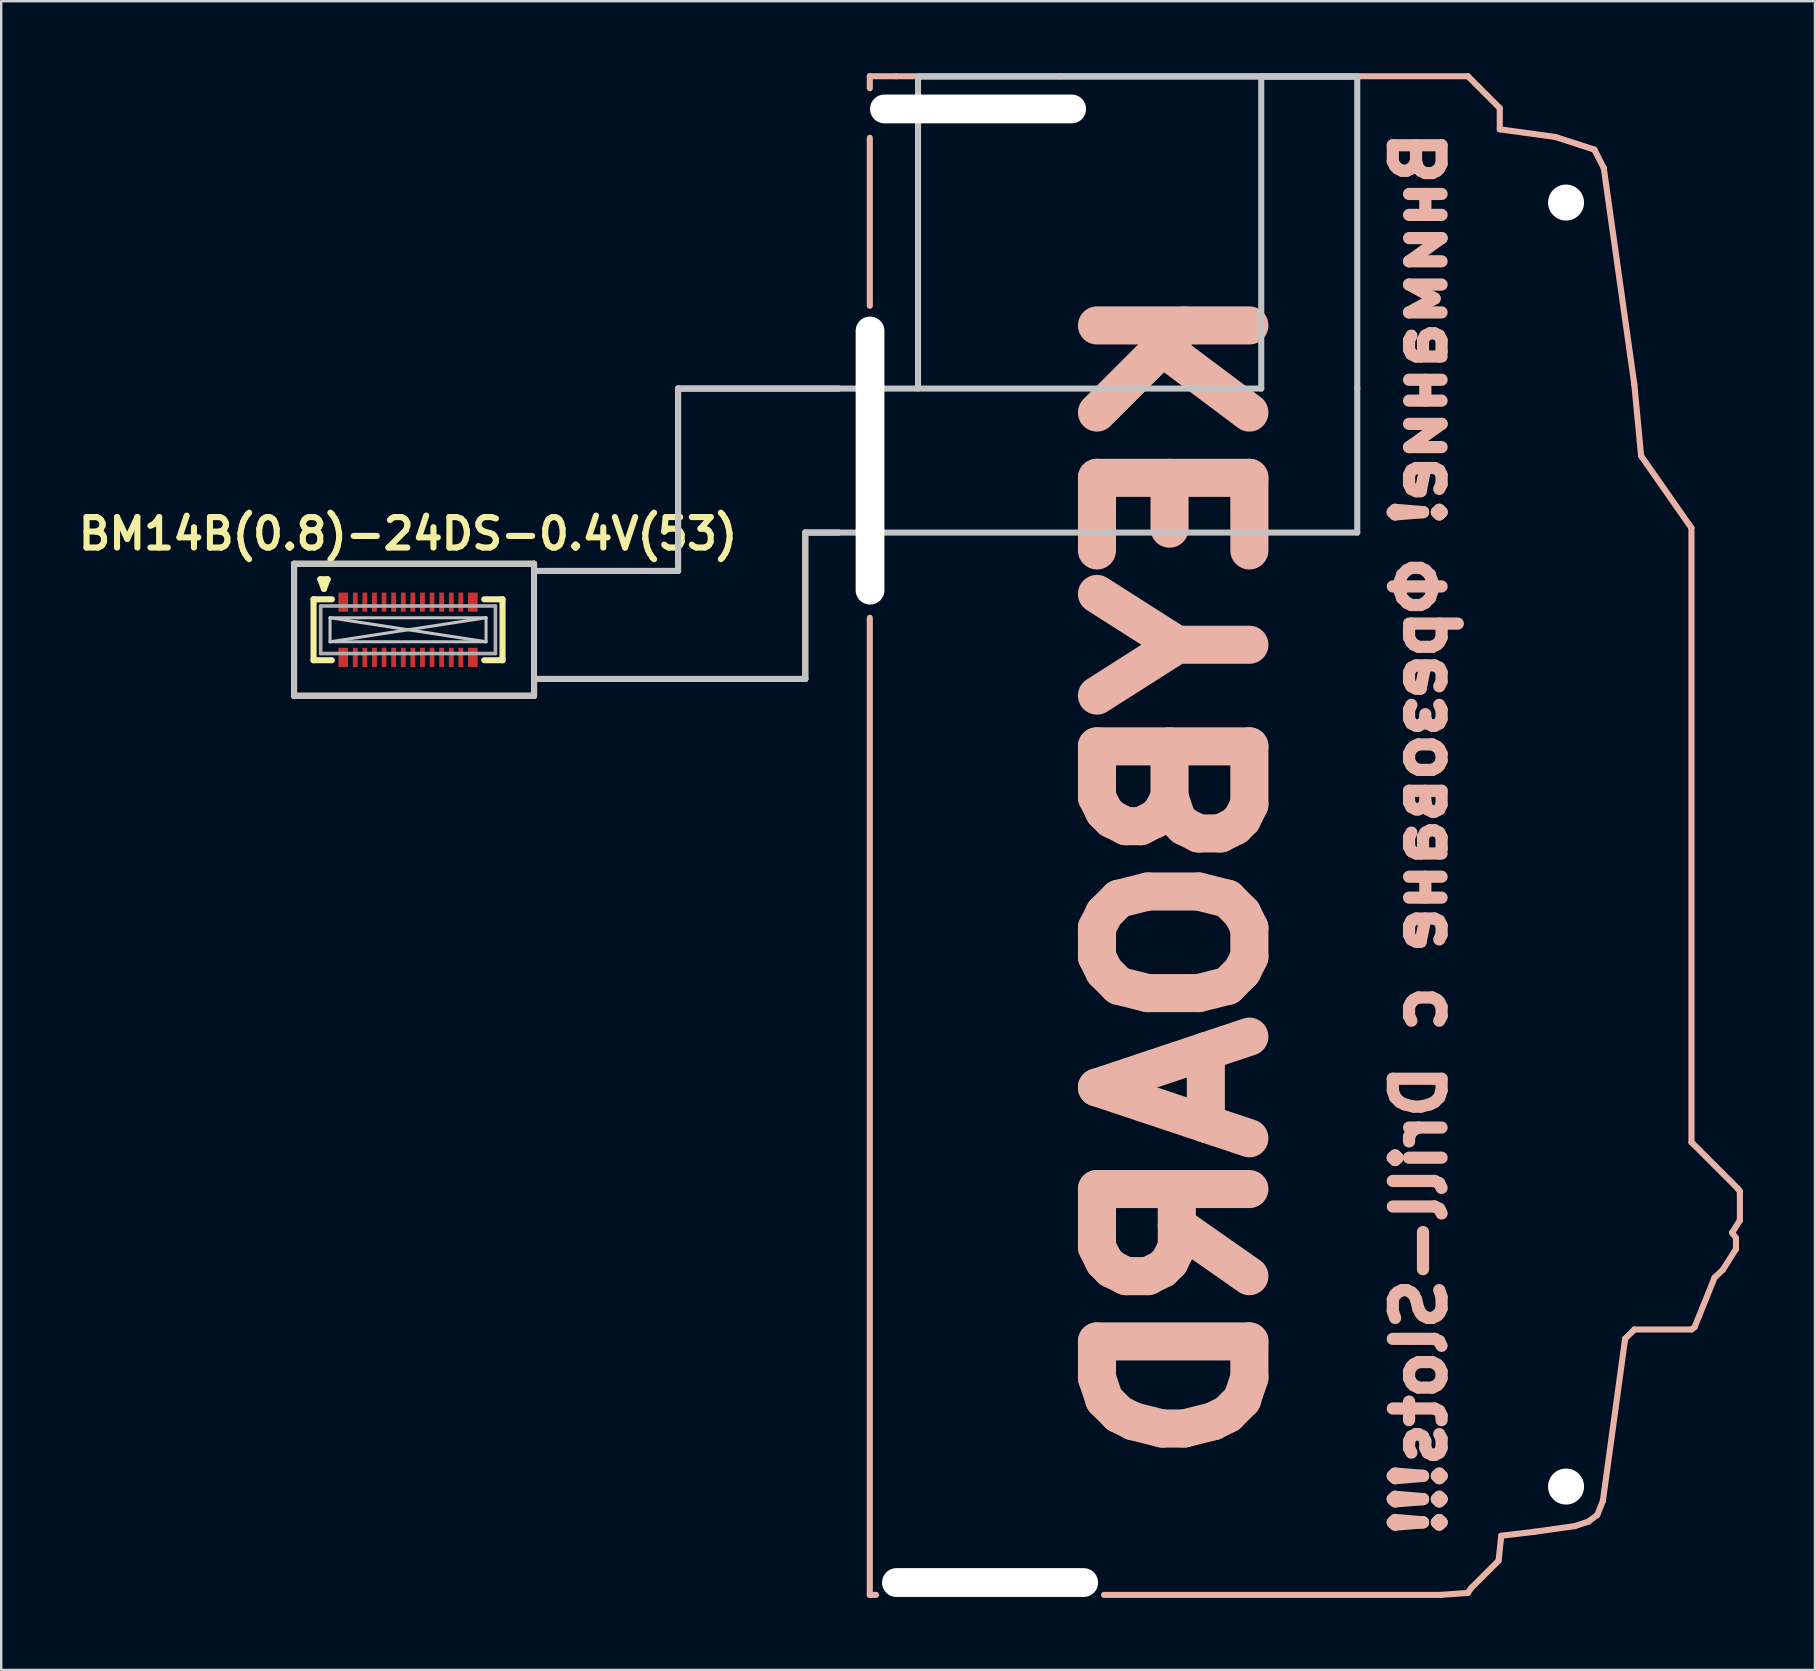
<source format=kicad_pcb>
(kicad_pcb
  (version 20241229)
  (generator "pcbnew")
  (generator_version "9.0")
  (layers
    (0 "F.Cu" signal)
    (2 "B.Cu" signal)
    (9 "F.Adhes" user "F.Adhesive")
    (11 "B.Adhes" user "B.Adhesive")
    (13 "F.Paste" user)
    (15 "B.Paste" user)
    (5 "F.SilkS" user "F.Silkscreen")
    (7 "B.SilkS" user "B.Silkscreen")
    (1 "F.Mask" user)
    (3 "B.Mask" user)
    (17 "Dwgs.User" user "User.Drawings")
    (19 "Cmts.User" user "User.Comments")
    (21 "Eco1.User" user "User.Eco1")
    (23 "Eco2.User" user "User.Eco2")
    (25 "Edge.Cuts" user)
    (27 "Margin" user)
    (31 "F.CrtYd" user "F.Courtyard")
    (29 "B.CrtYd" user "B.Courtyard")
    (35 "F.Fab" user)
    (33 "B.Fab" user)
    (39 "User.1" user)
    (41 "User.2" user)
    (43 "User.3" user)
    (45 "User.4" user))
  (footprint "BM14B(0.8)-24DS-0.4V(53)"
    (layer "F.Cu")
    (at 13.952 23.19)
    (property "Reference" "BM14B(0.8)-24DS-0.4V(53)" (at 0 -4 180) (layer "F.SilkS") (effects (font (size 1.27 1.27) (thickness 0.254))))
    (attr smd)
    (fp_line (start -4.75 -2.75) (end -4.75 2.75) (stroke (width 0.254) (type solid)) (layer "F.SilkS"))
    (fp_line (start -4.75 -2.75) (end 5.25 -2.75) (stroke (width 0.254) (type solid)) (layer "F.SilkS"))
    (fp_line (start -4.75 2.75) (end 5.25 2.75) (stroke (width 0.254) (type solid)) (layer "F.SilkS"))
    (fp_line (start -3.937 -1.27) (end -3.175 -1.27) (stroke (width 0.254) (type solid)) (layer "F.SilkS"))
    (fp_line (start -3.937 1.27) (end -3.937 -1.27) (stroke (width 0.254) (type solid)) (layer "F.SilkS"))
    (fp_line (start -3.654 -2.104) (end -3.354 -2.104) (stroke (width 0.254) (type solid)) (layer "F.SilkS"))
    (fp_line (start -3.504 -1.704) (end -3.654 -2.104) (stroke (width 0.254) (type solid)) (layer "F.SilkS"))
    (fp_line (start -3.354 -2.104) (end -3.504 -1.704) (stroke (width 0.254) (type solid)) (layer "F.SilkS"))
    (fp_line (start -3.175 1.27) (end -3.937 1.27) (stroke (width 0.254) (type solid)) (layer "F.SilkS"))
    (fp_line (start 3.175 -1.27) (end 3.937 -1.27) (stroke (width 0.254) (type solid)) (layer "F.SilkS"))
    (fp_line (start 3.937 -1.27) (end 3.937 1.27) (stroke (width 0.254) (type solid)) (layer "F.SilkS"))
    (fp_line (start 3.937 1.27) (end 3.175 1.27) (stroke (width 0.254) (type solid)) (layer "F.SilkS"))
    (fp_line (start 5.25 -2.75) (end 5.25 -2.45) (stroke (width 0.254) (type solid)) (layer "F.SilkS"))
    (fp_line (start 5.25 -2.45) (end 11.25 -2.45) (stroke (width 0.254) (type solid)) (layer "F.SilkS"))
    (fp_line (start 5.25 2.05) (end 5.9 2.05) (stroke (width 0.254) (type solid)) (layer "F.SilkS"))
    (fp_line (start 5.25 2.75) (end 5.25 2.05) (stroke (width 0.254) (type solid)) (layer "F.SilkS"))
    (fp_line (start 5.9 2.05) (end 16.55 2.05) (stroke (width 0.254) (type solid)) (layer "F.SilkS"))
    (fp_line (start 11.25 -10.05) (end 17.95 -10.05) (stroke (width 0.254) (type solid)) (layer "F.SilkS"))
    (fp_line (start 11.25 -2.45) (end 11.25 -10.05) (stroke (width 0.254) (type solid)) (layer "F.SilkS"))
    (fp_line (start 16.55 -4.05) (end 17.95 -4.05) (stroke (width 0.254) (type solid)) (layer "F.SilkS"))
    (fp_line (start 16.55 2.05) (end 16.55 -4.05) (stroke (width 0.254) (type solid)) (layer "F.SilkS"))
    (fp_line (start 19.239 -23.063) (end 19.239 -22.563) (stroke (width 0.254) (type solid)) (layer "B.SilkS"))
    (fp_line (start 19.239 -23.063) (end 20.35 -23.063) (stroke (width 0.254) (type solid)) (layer "B.SilkS"))
    (fp_line (start 19.239 -20.5) (end 19.239 -13.5) (stroke (width 0.254) (type solid)) (layer "B.SilkS"))
    (fp_line (start 19.239 40.214) (end 19.239 -0.5) (stroke (width 0.254) (type solid)) (layer "B.SilkS"))
    (fp_line (start 19.5 40.214) (end 19.239 40.214) (stroke (width 0.254) (type solid)) (layer "B.SilkS"))
    (fp_line (start 20.35 -23.063) (end 27.15 -23.063) (stroke (width 0.254) (type solid)) (layer "B.SilkS"))
    (fp_line (start 27.15 -23.063) (end 44.161 -23.063) (stroke (width 0.254) (type solid)) (layer "B.SilkS"))
    (fp_line (start 43.014 40.214) (end 29 40.214) (stroke (width 0.254) (type solid)) (layer "B.SilkS"))
    (fp_line (start 44.161 -23.063) (end 45.488 -21.735) (stroke (width 0.254) (type solid)) (layer "B.SilkS"))
    (fp_line (start 44.161 40.131) (end 43.014 40.214) (stroke (width 0.254) (type solid)) (layer "B.SilkS"))
    (fp_line (start 44.285 39.942) (end 44.161 40.131) (stroke (width 0.254) (type solid)) (layer "B.SilkS"))
    (fp_line (start 45.439 38.788) (end 44.285 39.942) (stroke (width 0.254) (type solid)) (layer "B.SilkS"))
    (fp_line (start 45.488 -21.735) (end 45.488 -20.852) (stroke (width 0.254) (type solid)) (layer "B.SilkS"))
    (fp_line (start 45.488 -20.852) (end 47.801 -20.535) (stroke (width 0.254) (type solid)) (layer "B.SilkS"))
    (fp_line (start 45.55 37.75) (end 45.439 38.788) (stroke (width 0.254) (type solid)) (layer "B.SilkS"))
    (fp_line (start 46.936 37.584) (end 45.55 37.75) (stroke (width 0.254) (type solid)) (layer "B.SilkS"))
    (fp_line (start 47.801 -20.535) (end 49.43 -20.006) (stroke (width 0.254) (type solid)) (layer "B.SilkS"))
    (fp_line (start 48.615 37.347) (end 46.936 37.584) (stroke (width 0.254) (type solid)) (layer "B.SilkS"))
    (fp_line (start 49.176 37.163) (end 48.615 37.347) (stroke (width 0.254) (type solid)) (layer "B.SilkS"))
    (fp_line (start 49.43 -20.006) (end 49.822 -19.238) (stroke (width 0.254) (type solid)) (layer "B.SilkS"))
    (fp_line (start 49.551 36.881) (end 49.176 37.163) (stroke (width 0.254) (type solid)) (layer "B.SilkS"))
    (fp_line (start 49.784 36.302) (end 49.551 36.881) (stroke (width 0.254) (type solid)) (layer "B.SilkS"))
    (fp_line (start 49.822 -19.238) (end 51.096 -10.21) (stroke (width 0.254) (type solid)) (layer "B.SilkS"))
    (fp_line (start 50.712 29.539) (end 49.784 36.302) (stroke (width 0.254) (type solid)) (layer "B.SilkS"))
    (fp_line (start 51.096 -10.21) (end 51.377 -7.245) (stroke (width 0.254) (type solid)) (layer "B.SilkS"))
    (fp_line (start 51.096 29.155) (end 50.712 29.539) (stroke (width 0.254) (type solid)) (layer "B.SilkS"))
    (fp_line (start 51.377 -7.245) (end 53.475 -4.241) (stroke (width 0.254) (type solid)) (layer "B.SilkS"))
    (fp_line (start 53.475 -4.241) (end 53.475 21.352) (stroke (width 0.254) (type solid)) (layer "B.SilkS"))
    (fp_line (start 53.475 21.352) (end 55.4 23.276) (stroke (width 0.254) (type solid)) (layer "B.SilkS"))
    (fp_line (start 53.475 29.155) (end 51.096 29.155) (stroke (width 0.254) (type solid)) (layer "B.SilkS"))
    (fp_line (start 53.607 29.056) (end 53.475 29.155) (stroke (width 0.254) (type solid)) (layer "B.SilkS"))
    (fp_line (start 54.438 26.995) (end 53.607 29.056) (stroke (width 0.254) (type solid)) (layer "B.SilkS"))
    (fp_line (start 54.786 26.663) (end 54.438 26.995) (stroke (width 0.254) (type solid)) (layer "B.SilkS"))
    (fp_line (start 55.167 25.123) (end 55.33 25.34) (stroke (width 0.254) (type solid)) (layer "B.SilkS"))
    (fp_line (start 55.33 25.34) (end 55.33 25.801) (stroke (width 0.254) (type solid)) (layer "B.SilkS"))
    (fp_line (start 55.33 25.801) (end 54.786 26.663) (stroke (width 0.254) (type solid)) (layer "B.SilkS"))
    (fp_line (start 55.4 23.276) (end 55.493 23.4) (stroke (width 0.254) (type solid)) (layer "B.SilkS"))
    (fp_line (start 55.493 23.4) (end 55.493 24.607) (stroke (width 0.254) (type solid)) (layer "B.SilkS"))
    (fp_line (start 55.493 24.607) (end 55.167 25.123) (stroke (width 0.254) (type solid)) (layer "B.SilkS"))
    (fp_line (start -4.75 -2.75) (end 5.25 -2.75) (stroke (width 0.254) (type solid)) (layer "Dwgs.User"))
    (fp_line (start -4.75 2.75) (end -4.75 -2.75) (stroke (width 0.254) (type solid)) (layer "Dwgs.User"))
    (fp_line (start -4.75 2.75) (end 5.25 2.75) (stroke (width 0.254) (type solid)) (layer "Dwgs.User"))
    (fp_line (start -3.25 -0.5) (end 3.25 -0.5) (stroke (width 0.127) (type solid)) (layer "Dwgs.User"))
    (fp_line (start -3.25 -0.5) (end 3.25 0.5) (stroke (width 0.127) (type solid)) (layer "Dwgs.User"))
    (fp_line (start -3.25 0.5) (end -3.25 -0.5) (stroke (width 0.127) (type solid)) (layer "Dwgs.User"))
    (fp_line (start -3.25 0.5) (end 3.25 -0.5) (stroke (width 0.127) (type solid)) (layer "Dwgs.User"))
    (fp_line (start -3.25 0.5) (end 3.25 0.5) (stroke (width 0.127) (type solid)) (layer "Dwgs.User"))
    (fp_line (start 3.25 0.5) (end 3.25 -0.5) (stroke (width 0.127) (type solid)) (layer "Dwgs.User"))
    (fp_line (start 5.25 -2.45) (end 11.25 -2.45) (stroke (width 0.254) (type solid)) (layer "Dwgs.User"))
    (fp_line (start 5.25 2.75) (end 5.25 -2.75) (stroke (width 0.254) (type solid)) (layer "Dwgs.User"))
    (fp_line (start 11.25 -10.05) (end 35.55 -10.05) (stroke (width 0.254) (type solid)) (layer "Dwgs.User"))
    (fp_line (start 11.25 -2.45) (end 11.25 -10.05) (stroke (width 0.254) (type solid)) (layer "Dwgs.User"))
    (fp_line (start 16.55 -4.05) (end 16.55 2.05) (stroke (width 0.254) (type solid)) (layer "Dwgs.User"))
    (fp_line (start 16.55 2.05) (end 5.25 2.05) (stroke (width 0.254) (type solid)) (layer "Dwgs.User"))
    (fp_line (start 21.25 -23.05) (end 21.25 -10.05) (stroke (width 0.254) (type solid)) (layer "Dwgs.User"))
    (fp_line (start 35.55 -23.05) (end 39.55 -23.05) (stroke (width 0.254) (type solid)) (layer "Dwgs.User"))
    (fp_line (start 35.55 -10.05) (end 35.55 -23.05) (stroke (width 0.254) (type solid)) (layer "Dwgs.User"))
    (fp_line (start 39.55 -23.05) (end 21.25 -23.05) (stroke (width 0.254) (type solid)) (layer "Dwgs.User"))
    (fp_line (start 39.55 -10.05) (end 39.55 -23.05) (stroke (width 0.254) (type solid)) (layer "Dwgs.User"))
    (fp_line (start 39.55 -10.05) (end 39.55 -4.05) (stroke (width 0.254) (type solid)) (layer "Dwgs.User"))
    (fp_line (start 39.55 -4.05) (end 16.55 -4.05) (stroke (width 0.254) (type solid)) (layer "Dwgs.User"))
    (fp_line (start 19.239 -23.063) (end 48.25 -23.063) (stroke (width 0.254) (type solid)) (layer "Eco1.User"))
    (fp_line (start 19.239 40.214) (end 19.239 -23.063) (stroke (width 0.254) (type solid)) (layer "Eco1.User"))
    (fp_line (start 19.239 40.214) (end 48.25 40.214) (stroke (width 0.254) (type solid)) (layer "Eco1.User"))
    (fp_line (start 19.25 8.576) (end 48.261 8.576) (stroke (width 0.254) (type solid)) (layer "Eco1.User"))
    (fp_line (start 20.35 -23.063) (end 20.35 -22.05) (stroke (width 0.254) (type solid)) (layer "Eco1.User"))
    (fp_line (start 20.35 -22.05) (end 27.15 -22.05) (stroke (width 0.254) (type solid)) (layer "Eco1.User"))
    (fp_line (start 20.95 39.2) (end 27.55 39.2) (stroke (width 0.254) (type solid)) (layer "Eco1.User"))
    (fp_line (start 20.95 40.214) (end 20.95 39.2) (stroke (width 0.254) (type solid)) (layer "Eco1.User"))
    (fp_line (start 27.15 -22.05) (end 27.15 -23.063) (stroke (width 0.254) (type solid)) (layer "Eco1.User"))
    (fp_line (start 27.55 39.2) (end 27.55 40.214) (stroke (width 0.254) (type solid)) (layer "Eco1.User"))
    (fp_line (start 46.75 35.7) (end 49.75 35.7) (stroke (width 0.254) (type solid)) (layer "Eco1.User"))
    (fp_line (start 48.25 -23.05) (end 48.25 -16.25) (stroke (width 0.254) (type solid)) (layer "Eco1.User"))
    (fp_line (start 48.25 40.214) (end 48.25 34.2) (stroke (width 0.254) (type solid)) (layer "Eco1.User"))
    (fp_line (start 49.75 -17.8) (end 46.75 -17.8) (stroke (width 0.254) (type solid)) (layer "Eco1.User"))
    (fp_line (start -3.64 -0.99) (end 3.64 -0.99) (stroke (width 0.15) (type solid)) (layer "F.Fab"))
    (fp_line (start -3.64 0.99) (end -3.64 -0.99) (stroke (width 0.15) (type solid)) (layer "F.Fab"))
    (fp_line (start 3.64 -0.99) (end 3.64 0.99) (stroke (width 0.15) (type solid)) (layer "F.Fab"))
    (fp_line (start 3.64 0.99) (end -3.64 0.99) (stroke (width 0.15) (type solid)) (layer "F.Fab"))
    (fp_text user "Внимание! Фрезоване с Drill-Slots!!!" (at 42.15 8.5 270) (layer "B.SilkS") (effects (font (size 2.032 2.032) (thickness 0.508)) (justify mirror)))
    (fp_text user "KEYBOARD" (at 32.2 10.15 270) (layer "B.SilkS") (effects (font (size 6.35 6.35) (thickness 1.587)) (justify mirror)))
    (pad "" smd rect (at -2.2 -1.15) (size 0.211 0.8) (layers "F.Paste"))
    (pad "" smd rect (at -2.2 1.15) (size 0.211 0.8) (layers "F.Paste"))
    (pad "" smd rect (at -1.8 -1.15) (size 0.211 0.8) (layers "F.Paste"))
    (pad "" smd rect (at -1.8 1.15) (size 0.211 0.8) (layers "F.Paste"))
    (pad "" smd rect (at -1.4 -1.15) (size 0.211 0.8) (layers "F.Paste"))
    (pad "" smd rect (at -1.4 1.15) (size 0.211 0.8) (layers "F.Paste"))
    (pad "" smd rect (at -1 -1.15) (size 0.211 0.8) (layers "F.Paste"))
    (pad "" smd rect (at -1 1.15) (size 0.211 0.8) (layers "F.Paste"))
    (pad "" smd rect (at -0.6 -1.15) (size 0.211 0.8) (layers "F.Paste"))
    (pad "" smd rect (at -0.6 1.15) (size 0.211 0.8) (layers "F.Paste"))
    (pad "" smd rect (at -0.2 -1.15) (size 0.211 0.8) (layers "F.Paste"))
    (pad "" smd rect (at -0.2 1.15) (size 0.211 0.8) (layers "F.Paste"))
    (pad "" smd rect (at 0.2 -1.15) (size 0.211 0.8) (layers "F.Paste"))
    (pad "" smd rect (at 0.2 1.15) (size 0.211 0.8) (layers "F.Paste"))
    (pad "" smd rect (at 0.6 -1.15) (size 0.211 0.8) (layers "F.Paste"))
    (pad "" smd rect (at 0.6 1.15) (size 0.211 0.8) (layers "F.Paste"))
    (pad "" smd rect (at 1 -1.15) (size 0.211 0.8) (layers "F.Paste"))
    (pad "" smd rect (at 1 1.15) (size 0.211 0.8) (layers "F.Paste"))
    (pad "" smd rect (at 1.4 -1.15) (size 0.211 0.8) (layers "F.Paste"))
    (pad "" smd rect (at 1.4 1.15) (size 0.211 0.8) (layers "F.Paste"))
    (pad "" smd rect (at 1.8 -1.15) (size 0.211 0.8) (layers "F.Paste"))
    (pad "" smd rect (at 1.8 1.15) (size 0.211 0.8) (layers "F.Paste"))
    (pad "" smd rect (at 2.2 -1.15) (size 0.211 0.8) (layers "F.Paste"))
    (pad "" smd rect (at 2.2 1.15) (size 0.211 0.8) (layers "F.Paste"))
    (pad "" np_thru_hole oval (at 19.25 -7.05) (size 1.2 12) (drill oval 1.2 12) (layers "*.Cu" "*.Mask"))
    (pad "" np_thru_hole oval (at 23.75 -21.7 90) (size 1.2 9) (drill oval 1.2 9) (layers "*.Cu" "*.Mask"))
    (pad "" np_thru_hole oval (at 24.25 39.7 90) (size 1.2 9) (drill oval 1.2 9) (layers "*.Cu" "*.Mask"))
    (pad "" np_thru_hole circle (at 48.25 -17.8 90) (size 1.5 1.5) (drill 1.5) (layers "*.Cu" "*.Mask"))
    (pad "" np_thru_hole circle (at 48.25 35.7 90) (size 1.5 1.5) (drill 1.5) (layers "*.Cu" "*.Mask"))
    (pad "0" smd rect (at -2.7 -1.15) (size 0.4 0.8) (layers "F.Cu" "F.Mask" "F.Paste"))
    (pad "0" smd rect (at -2.7 1.15) (size 0.4 0.8) (layers "F.Cu" "F.Mask" "F.Paste"))
    (pad "0" smd rect (at 2.7 -1.15) (size 0.4 0.8) (layers "F.Cu" "F.Mask" "F.Paste"))
    (pad "0" smd rect (at 2.7 1.15) (size 0.4 0.8) (layers "F.Cu" "F.Mask" "F.Paste"))
    (pad "1" smd rect (at -2.2 -1.15) (size 0.2 0.8) (layers "F.Cu" "F.Mask"))
    (pad "2" smd rect (at -1.8 -1.15) (size 0.2 0.8) (layers "F.Cu" "F.Mask"))
    (pad "3" smd rect (at -1.4 -1.15) (size 0.2 0.8) (layers "F.Cu" "F.Mask"))
    (pad "4" smd rect (at -1 -1.15) (size 0.2 0.8) (layers "F.Cu" "F.Mask"))
    (pad "5" smd rect (at -0.6 -1.15) (size 0.2 0.8) (layers "F.Cu" "F.Mask"))
    (pad "6" smd rect (at -0.2 -1.15) (size 0.2 0.8) (layers "F.Cu" "F.Mask"))
    (pad "7" smd rect (at 0.2 -1.15) (size 0.2 0.8) (layers "F.Cu" "F.Mask"))
    (pad "8" smd rect (at 0.6 -1.15) (size 0.2 0.8) (layers "F.Cu" "F.Mask"))
    (pad "9" smd rect (at 1 -1.15) (size 0.2 0.8) (layers "F.Cu" "F.Mask"))
    (pad "10" smd rect (at 1.4 -1.15) (size 0.2 0.8) (layers "F.Cu" "F.Mask"))
    (pad "11" smd rect (at 1.8 -1.15) (size 0.2 0.8) (layers "F.Cu" "F.Mask"))
    (pad "12" smd rect (at 2.2 -1.15) (size 0.2 0.8) (layers "F.Cu" "F.Mask"))
    (pad "13" smd rect (at 2.2 1.15) (size 0.2 0.8) (layers "F.Cu" "F.Mask"))
    (pad "14" smd rect (at 1.8 1.15) (size 0.2 0.8) (layers "F.Cu" "F.Mask"))
    (pad "15" smd rect (at 1.4 1.15) (size 0.2 0.8) (layers "F.Cu" "F.Mask"))
    (pad "16" smd rect (at 1 1.15) (size 0.2 0.8) (layers "F.Cu" "F.Mask"))
    (pad "17" smd rect (at 0.6 1.15) (size 0.2 0.8) (layers "F.Cu" "F.Mask"))
    (pad "18" smd rect (at 0.2 1.15) (size 0.2 0.8) (layers "F.Cu" "F.Mask"))
    (pad "19" smd rect (at -0.2 1.15) (size 0.2 0.8) (layers "F.Cu" "F.Mask"))
    (pad "20" smd rect (at -0.6 1.15) (size 0.2 0.8) (layers "F.Cu" "F.Mask"))
    (pad "21" smd rect (at -1 1.15) (size 0.2 0.8) (layers "F.Cu" "F.Mask"))
    (pad "22" smd rect (at -1.4 1.15) (size 0.2 0.8) (layers "F.Cu" "F.Mask"))
    (pad "23" smd rect (at -1.8 1.15) (size 0.2 0.8) (layers "F.Cu" "F.Mask"))
    (pad "24" smd rect (at -2.2 1.15) (size 0.2 0.8) (layers "F.Cu" "F.Mask")))
  (gr_rect
    (start -3 -3)
    (end 72.572 66.531)
    (stroke (width 0.1) (type default))
    (fill no)
    (layer "Edge.Cuts")))
</source>
